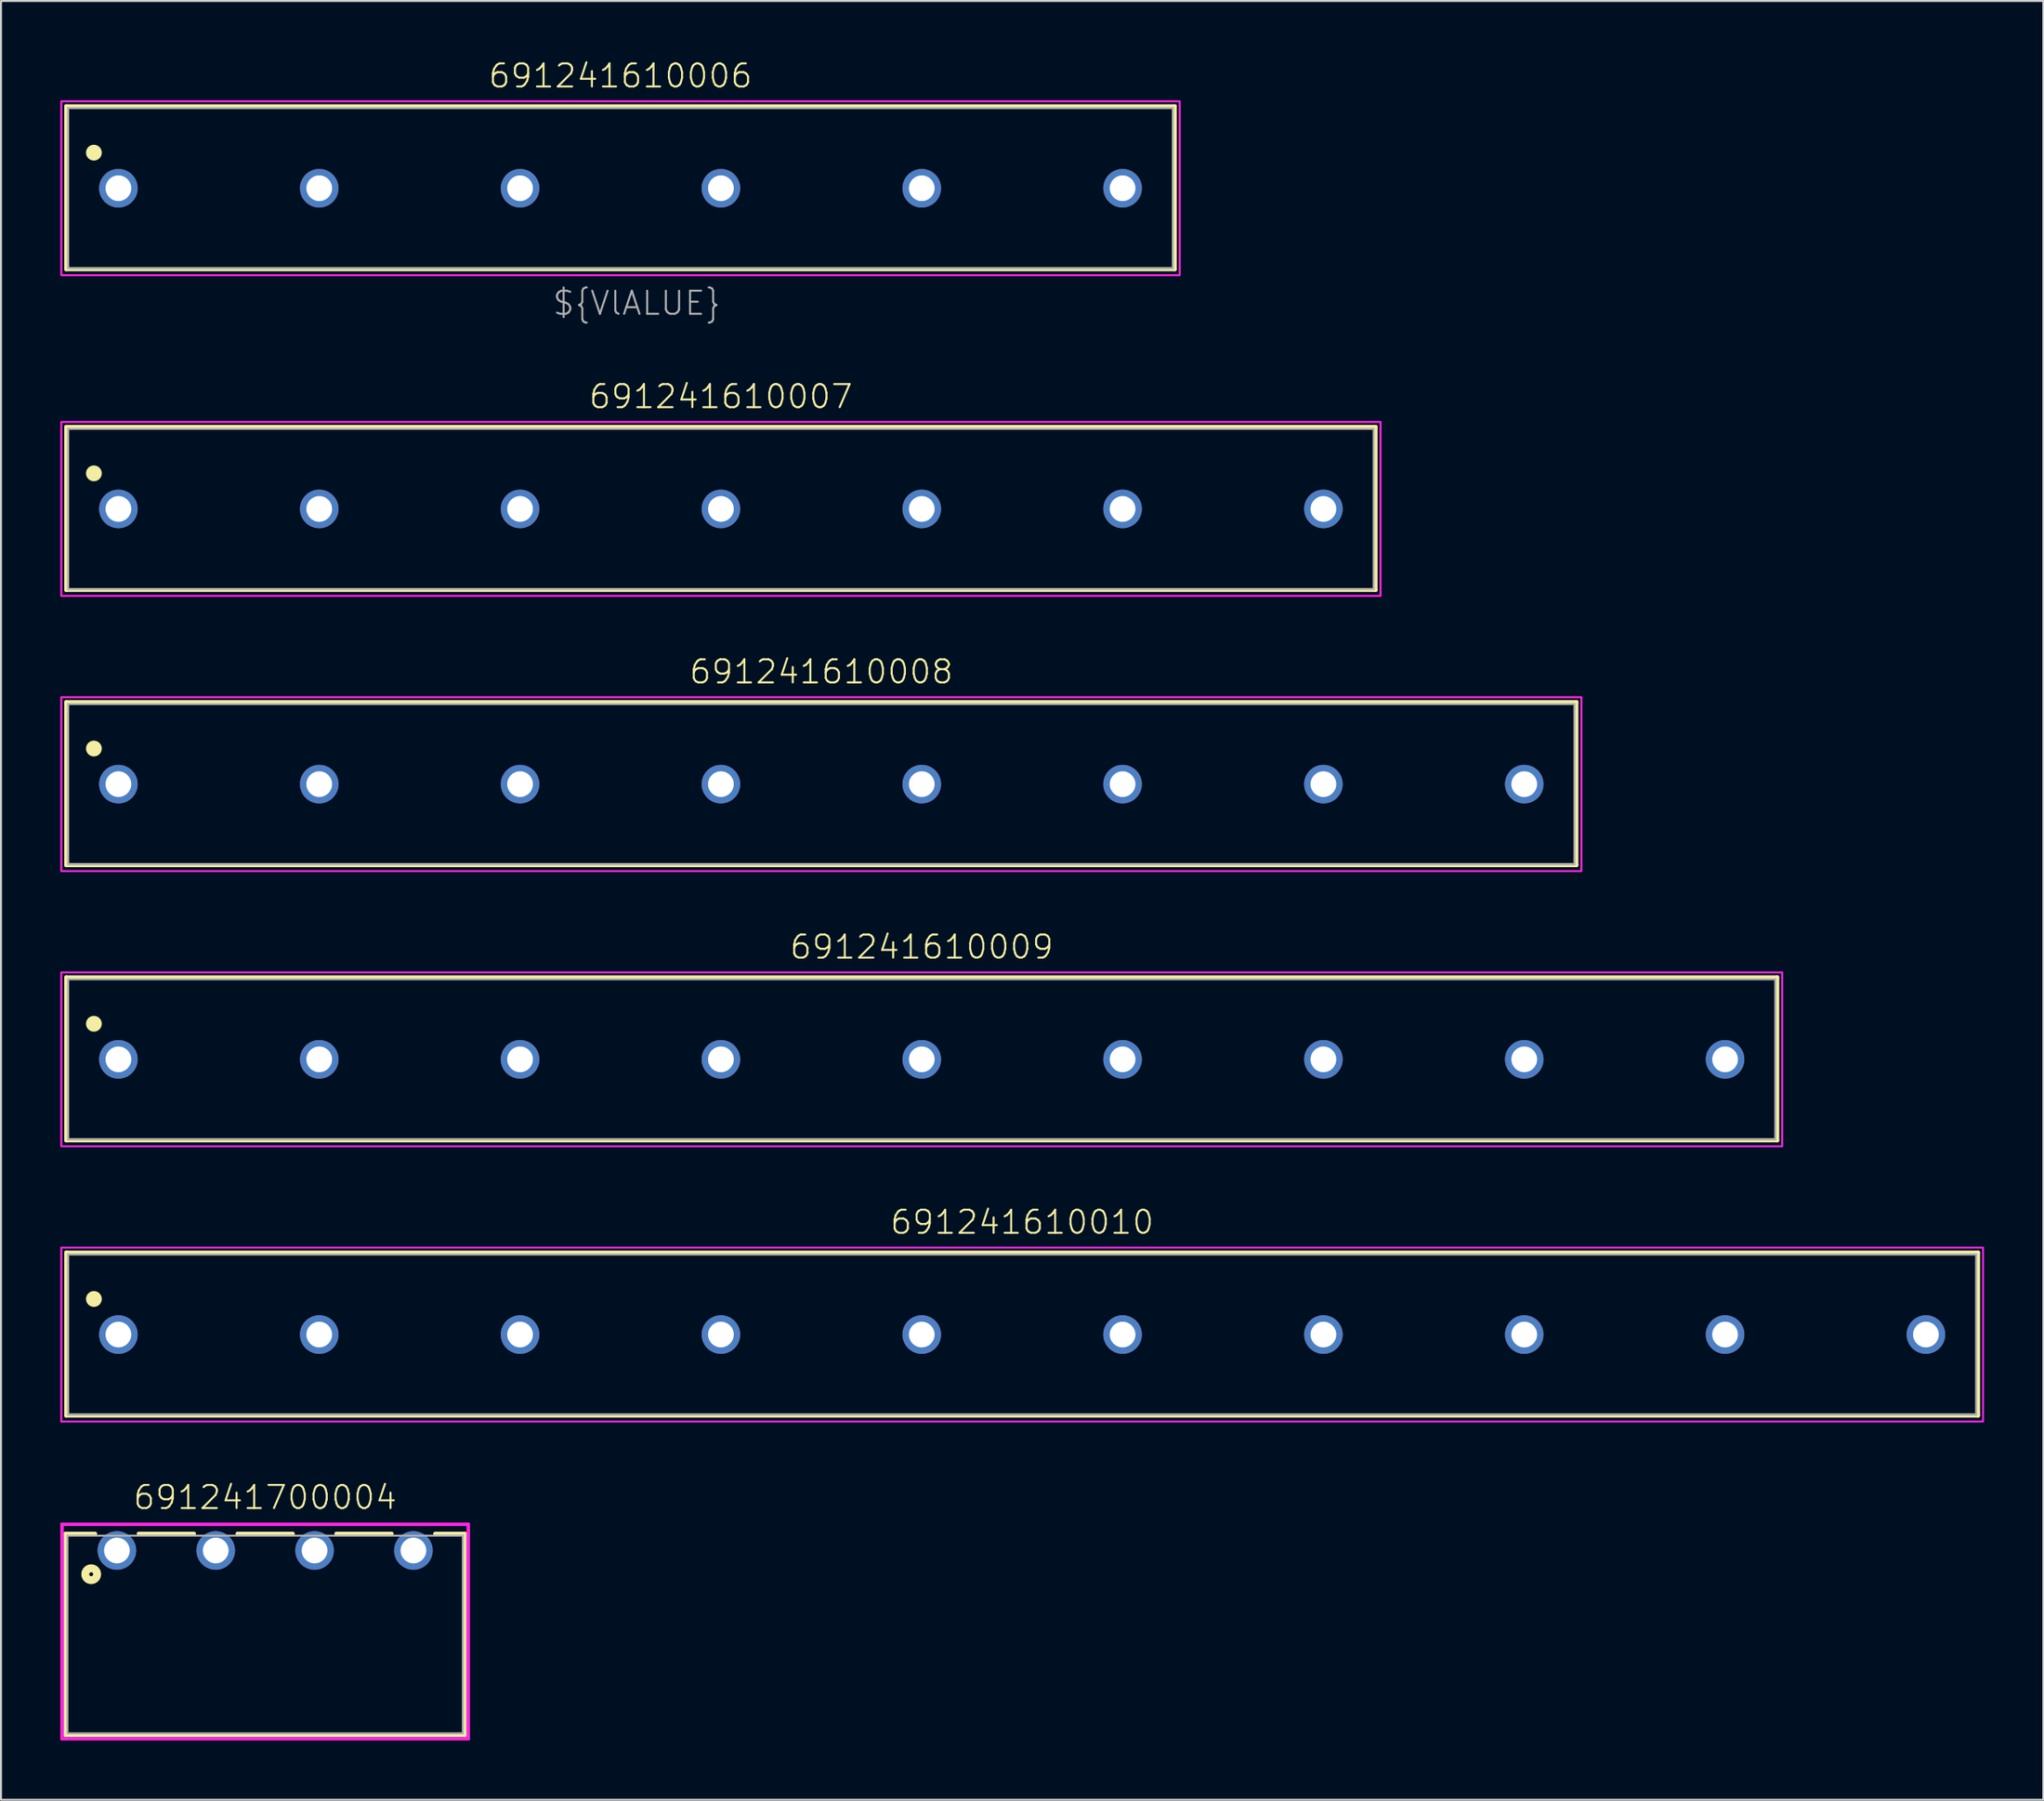
<source format=kicad_pcb>
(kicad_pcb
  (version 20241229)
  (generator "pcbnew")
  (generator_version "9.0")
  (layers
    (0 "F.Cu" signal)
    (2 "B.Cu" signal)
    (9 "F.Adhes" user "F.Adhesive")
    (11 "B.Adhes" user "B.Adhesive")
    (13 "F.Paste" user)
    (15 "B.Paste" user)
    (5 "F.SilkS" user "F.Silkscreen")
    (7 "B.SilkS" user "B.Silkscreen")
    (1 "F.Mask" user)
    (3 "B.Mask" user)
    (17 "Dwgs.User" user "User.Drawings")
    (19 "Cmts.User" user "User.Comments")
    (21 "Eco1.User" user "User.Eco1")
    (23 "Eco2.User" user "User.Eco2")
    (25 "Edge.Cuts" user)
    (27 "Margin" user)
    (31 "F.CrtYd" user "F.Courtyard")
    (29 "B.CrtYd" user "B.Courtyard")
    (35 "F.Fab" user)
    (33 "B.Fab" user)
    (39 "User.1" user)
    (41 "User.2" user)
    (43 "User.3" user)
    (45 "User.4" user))
  (footprint "691241610007"
    (layer "F.Cu")
    (at 33.42 22.697)
    (property "Reference" "691241610007" (at 0 -5 0) (unlocked yes) (layer "F.SilkS") (effects (font (size 1.168 1.168) (thickness 0.102)) (justify bottom)))
    (fp_line (start -33.12 -4.15) (end 33.12 -4.15) (stroke (width 0.2) (type solid)) (layer "F.SilkS"))
    (fp_line (start -33.12 4.1) (end -33.12 -4.15) (stroke (width 0.2) (type solid)) (layer "F.SilkS"))
    (fp_line (start 33.12 -4.15) (end 33.12 4.1) (stroke (width 0.2) (type solid)) (layer "F.SilkS"))
    (fp_line (start 33.12 4.1) (end -33.12 4.1) (stroke (width 0.2) (type solid)) (layer "F.SilkS"))
    (fp_circle (center -31.72 -1.8) (end -31.52 -1.8) (stroke (width 0.4) (type solid)) (fill no) (layer "F.SilkS"))
    (fp_poly (pts (xy 33.37 4.4) (xy -33.37 4.4) (xy -33.37 -4.4) (xy 33.37 -4.4)) (stroke (width 0.1) (type default)) (fill no) (layer "F.CrtYd"))
    (fp_line (start -33.02 -4.05) (end 33.02 -4.05) (stroke (width 0.1) (type solid)) (layer "F.Fab"))
    (fp_line (start -33.02 4.05) (end -33.02 -4.05) (stroke (width 0.1) (type solid)) (layer "F.Fab"))
    (fp_line (start 33.02 -4.05) (end 33.02 4.05) (stroke (width 0.1) (type solid)) (layer "F.Fab"))
    (fp_line (start 33.02 4.05) (end -33.02 4.05) (stroke (width 0.1) (type solid)) (layer "F.Fab"))
    (pad "1" thru_hole circle (at -30.48 0) (size 1.95 1.95) (drill 1.3) (layers "*.Cu" "*.Mask"))
    (pad "2" thru_hole circle (at -20.32 0) (size 1.95 1.95) (drill 1.3) (layers "*.Cu" "*.Mask"))
    (pad "3" thru_hole circle (at -10.16 0) (size 1.95 1.95) (drill 1.3) (layers "*.Cu" "*.Mask"))
    (pad "4" thru_hole circle (at 0 0) (size 1.95 1.95) (drill 1.3) (layers "*.Cu" "*.Mask"))
    (pad "5" thru_hole circle (at 10.16 0) (size 1.95 1.95) (drill 1.3) (layers "*.Cu" "*.Mask"))
    (pad "6" thru_hole circle (at 20.32 0) (size 1.95 1.95) (drill 1.3) (layers "*.Cu" "*.Mask"))
    (pad "7" thru_hole circle (at 30.48 0) (size 1.95 1.95) (drill 1.3) (layers "*.Cu" "*.Mask")))
  (footprint "691241610006"
    (layer "F.Cu")
    (at 28.34 6.473)
    (property "Reference" "691241610006" (at 0 -5 0) (unlocked yes) (layer "F.SilkS") (effects (font (size 1.168 1.168) (thickness 0.102)) (justify bottom)))
    (fp_line (start -28.04 -4.15) (end 28.04 -4.15) (stroke (width 0.2) (type solid)) (layer "F.SilkS"))
    (fp_line (start -28.04 4.1) (end -28.04 -4.15) (stroke (width 0.2) (type solid)) (layer "F.SilkS"))
    (fp_line (start 28.04 -4.15) (end 28.04 4.1) (stroke (width 0.2) (type solid)) (layer "F.SilkS"))
    (fp_line (start 28.04 4.1) (end -28.04 4.1) (stroke (width 0.2) (type solid)) (layer "F.SilkS"))
    (fp_circle (center -26.64 -1.8) (end -26.44 -1.8) (stroke (width 0.4) (type solid)) (fill no) (layer "F.SilkS"))
    (fp_poly (pts (xy 28.29 4.4) (xy -28.29 4.4) (xy -28.29 -4.4) (xy 28.29 -4.4)) (stroke (width 0.1) (type default)) (fill no) (layer "F.CrtYd"))
    (fp_line (start -27.94 -4.05) (end 27.94 -4.05) (stroke (width 0.1) (type solid)) (layer "F.Fab"))
    (fp_line (start -27.94 4.05) (end -27.94 -4.05) (stroke (width 0.1) (type solid)) (layer "F.Fab"))
    (fp_line (start 27.94 -4.05) (end 27.94 4.05) (stroke (width 0.1) (type solid)) (layer "F.Fab"))
    (fp_line (start 27.94 4.05) (end -27.94 4.05) (stroke (width 0.1) (type solid)) (layer "F.Fab"))
    (fp_text user "${VlALUE}" (at -3.5 6.5 0) (unlocked yes) (layer "F.Fab") (effects (font (size 1.168 1.168) (thickness 0.102)) (justify left bottom)))
    (pad "1" thru_hole circle (at -25.4 0) (size 1.95 1.95) (drill 1.3) (layers "*.Cu" "*.Mask"))
    (pad "2" thru_hole circle (at -15.24 0) (size 1.95 1.95) (drill 1.3) (layers "*.Cu" "*.Mask"))
    (pad "3" thru_hole circle (at -5.08 0) (size 1.95 1.95) (drill 1.3) (layers "*.Cu" "*.Mask"))
    (pad "4" thru_hole circle (at 5.08 0) (size 1.95 1.95) (drill 1.3) (layers "*.Cu" "*.Mask"))
    (pad "5" thru_hole circle (at 15.24 0) (size 1.95 1.95) (drill 1.3) (layers "*.Cu" "*.Mask"))
    (pad "6" thru_hole circle (at 25.4 0) (size 1.95 1.95) (drill 1.3) (layers "*.Cu" "*.Mask")))
  (footprint "691241610010"
    (layer "F.Cu")
    (at 48.66 64.466)
    (property "Reference" "691241610010" (at 0 -5 0) (unlocked yes) (layer "F.SilkS") (effects (font (size 1.168 1.168) (thickness 0.102)) (justify bottom)))
    (fp_line (start -48.36 -4.15) (end 48.36 -4.15) (stroke (width 0.2) (type solid)) (layer "F.SilkS"))
    (fp_line (start -48.36 4.1) (end -48.36 -4.15) (stroke (width 0.2) (type solid)) (layer "F.SilkS"))
    (fp_line (start 48.36 -4.15) (end 48.36 4.1) (stroke (width 0.2) (type solid)) (layer "F.SilkS"))
    (fp_line (start 48.36 4.1) (end -48.36 4.1) (stroke (width 0.2) (type solid)) (layer "F.SilkS"))
    (fp_circle (center -46.96 -1.8) (end -46.76 -1.8) (stroke (width 0.4) (type solid)) (fill no) (layer "F.SilkS"))
    (fp_poly (pts (xy 48.61 4.4) (xy -48.61 4.4) (xy -48.61 -4.4) (xy 48.61 -4.4)) (stroke (width 0.1) (type default)) (fill no) (layer "F.CrtYd"))
    (fp_line (start -48.26 -4.05) (end 48.26 -4.05) (stroke (width 0.1) (type solid)) (layer "F.Fab"))
    (fp_line (start -48.26 4.05) (end -48.26 -4.05) (stroke (width 0.1) (type solid)) (layer "F.Fab"))
    (fp_line (start 48.26 -4.05) (end 48.26 4.05) (stroke (width 0.1) (type solid)) (layer "F.Fab"))
    (fp_line (start 48.26 4.05) (end -48.26 4.05) (stroke (width 0.1) (type solid)) (layer "F.Fab"))
    (pad "1" thru_hole circle (at -45.72 0) (size 1.95 1.95) (drill 1.3) (layers "*.Cu" "*.Mask"))
    (pad "2" thru_hole circle (at -35.56 0) (size 1.95 1.95) (drill 1.3) (layers "*.Cu" "*.Mask"))
    (pad "3" thru_hole circle (at -25.4 0) (size 1.95 1.95) (drill 1.3) (layers "*.Cu" "*.Mask"))
    (pad "4" thru_hole circle (at -15.24 0) (size 1.95 1.95) (drill 1.3) (layers "*.Cu" "*.Mask"))
    (pad "5" thru_hole circle (at -5.08 0) (size 1.95 1.95) (drill 1.3) (layers "*.Cu" "*.Mask"))
    (pad "6" thru_hole circle (at 5.08 0) (size 1.95 1.95) (drill 1.3) (layers "*.Cu" "*.Mask"))
    (pad "7" thru_hole circle (at 15.24 0) (size 1.95 1.95) (drill 1.3) (layers "*.Cu" "*.Mask"))
    (pad "8" thru_hole circle (at 25.4 0) (size 1.95 1.95) (drill 1.3) (layers "*.Cu" "*.Mask"))
    (pad "9" thru_hole circle (at 35.56 0) (size 1.95 1.95) (drill 1.3) (layers "*.Cu" "*.Mask"))
    (pad "10" thru_hole circle (at 45.72 0) (size 1.95 1.95) (drill 1.3) (layers "*.Cu" "*.Mask")))
  (footprint "691241610009"
    (layer "F.Cu")
    (at 43.58 50.543)
    (property "Reference" "691241610009" (at 0 -5 0) (unlocked yes) (layer "F.SilkS") (effects (font (size 1.168 1.168) (thickness 0.102)) (justify bottom)))
    (fp_line (start -43.28 -4.15) (end 43.28 -4.15) (stroke (width 0.2) (type solid)) (layer "F.SilkS"))
    (fp_line (start -43.28 4.1) (end -43.28 -4.15) (stroke (width 0.2) (type solid)) (layer "F.SilkS"))
    (fp_line (start 43.28 -4.15) (end 43.28 4.1) (stroke (width 0.2) (type solid)) (layer "F.SilkS"))
    (fp_line (start 43.28 4.1) (end -43.28 4.1) (stroke (width 0.2) (type solid)) (layer "F.SilkS"))
    (fp_circle (center -41.88 -1.8) (end -41.68 -1.8) (stroke (width 0.4) (type solid)) (fill no) (layer "F.SilkS"))
    (fp_poly (pts (xy 43.53 4.4) (xy -43.53 4.4) (xy -43.53 -4.4) (xy 43.53 -4.4)) (stroke (width 0.1) (type default)) (fill no) (layer "F.CrtYd"))
    (fp_line (start -43.18 -4.05) (end 43.18 -4.05) (stroke (width 0.1) (type solid)) (layer "F.Fab"))
    (fp_line (start -43.18 4.05) (end -43.18 -4.05) (stroke (width 0.1) (type solid)) (layer "F.Fab"))
    (fp_line (start 43.18 -4.05) (end 43.18 4.05) (stroke (width 0.1) (type solid)) (layer "F.Fab"))
    (fp_line (start 43.18 4.05) (end -43.18 4.05) (stroke (width 0.1) (type solid)) (layer "F.Fab"))
    (pad "1" thru_hole circle (at -40.64 0) (size 1.95 1.95) (drill 1.3) (layers "*.Cu" "*.Mask"))
    (pad "2" thru_hole circle (at -30.48 0) (size 1.95 1.95) (drill 1.3) (layers "*.Cu" "*.Mask"))
    (pad "3" thru_hole circle (at -20.32 0) (size 1.95 1.95) (drill 1.3) (layers "*.Cu" "*.Mask"))
    (pad "4" thru_hole circle (at -10.16 0) (size 1.95 1.95) (drill 1.3) (layers "*.Cu" "*.Mask"))
    (pad "5" thru_hole circle (at 0 0) (size 1.95 1.95) (drill 1.3) (layers "*.Cu" "*.Mask"))
    (pad "6" thru_hole circle (at 10.16 0) (size 1.95 1.95) (drill 1.3) (layers "*.Cu" "*.Mask"))
    (pad "7" thru_hole circle (at 20.32 0) (size 1.95 1.95) (drill 1.3) (layers "*.Cu" "*.Mask"))
    (pad "8" thru_hole circle (at 30.48 0) (size 1.95 1.95) (drill 1.3) (layers "*.Cu" "*.Mask"))
    (pad "9" thru_hole circle (at 40.64 0) (size 1.95 1.95) (drill 1.3) (layers "*.Cu" "*.Mask")))
  (footprint "691241700004"
    (layer "F.Cu")
    (at 10.364 75.39)
    (property "Reference" "691241700004" (at 0 -2 0) (unlocked yes) (layer "F.SilkS") (effects (font (size 1.168 1.168) (thickness 0.102)) (justify bottom)))
    (fp_line (start -10.1 -0.85) (end -8.6 -0.85) (stroke (width 0.2) (type solid)) (layer "F.SilkS"))
    (fp_line (start -10.1 9.35) (end -10.1 -0.85) (stroke (width 0.2) (type solid)) (layer "F.SilkS"))
    (fp_line (start -6.4 -0.85) (end -3.6 -0.85) (stroke (width 0.2) (type solid)) (layer "F.SilkS"))
    (fp_line (start -1.4 -0.85) (end 1.4 -0.85) (stroke (width 0.2) (type solid)) (layer "F.SilkS"))
    (fp_line (start 3.6 -0.85) (end 6.4 -0.85) (stroke (width 0.2) (type solid)) (layer "F.SilkS"))
    (fp_line (start 8.6 -0.85) (end 10.1 -0.85) (stroke (width 0.2) (type solid)) (layer "F.SilkS"))
    (fp_line (start 10.1 -0.85) (end 10.1 9.35) (stroke (width 0.2) (type solid)) (layer "F.SilkS"))
    (fp_line (start 10.1 9.35) (end -10.1 9.35) (stroke (width 0.2) (type solid)) (layer "F.SilkS"))
    (fp_circle (center -8.8 1.2) (end -8.7 1.2) (stroke (width 0.4) (type solid)) (fill no) (layer "F.SilkS"))
    (fp_line (start -10.25 -1.3) (end 10.25 -1.3) (stroke (width 0.127) (type solid)) (layer "F.CrtYd"))
    (fp_line (start -10.25 9.5) (end -10.25 -1.3) (stroke (width 0.127) (type solid)) (layer "F.CrtYd"))
    (fp_line (start 10.25 -1.3) (end 10.25 9.5) (stroke (width 0.127) (type solid)) (layer "F.CrtYd"))
    (fp_line (start 10.25 9.5) (end -10.25 9.5) (stroke (width 0.127) (type solid)) (layer "F.CrtYd"))
    (fp_poly (pts (xy 10.313 9.563) (xy -10.313 9.563) (xy -10.313 -1.363) (xy 10.313 -1.363)) (stroke (width 0.1) (type default)) (fill no) (layer "F.CrtYd"))
    (fp_line (start -10 -0.75) (end 10 -0.75) (stroke (width 0.1) (type solid)) (layer "F.Fab"))
    (fp_line (start -10 9.25) (end -10 -0.75) (stroke (width 0.1) (type solid)) (layer "F.Fab"))
    (fp_line (start 10 -0.75) (end 10 9.25) (stroke (width 0.1) (type solid)) (layer "F.Fab"))
    (fp_line (start 10 9.25) (end -10 9.25) (stroke (width 0.1) (type solid)) (layer "F.Fab"))
    (pad "1" thru_hole circle (at -7.5 0) (size 1.95 1.95) (drill 1.3) (layers "*.Cu" "*.Mask"))
    (pad "2" thru_hole circle (at -2.5 0) (size 1.95 1.95) (drill 1.3) (layers "*.Cu" "*.Mask"))
    (pad "3" thru_hole circle (at 2.5 0) (size 1.95 1.95) (drill 1.3) (layers "*.Cu" "*.Mask"))
    (pad "4" thru_hole circle (at 7.5 0) (size 1.95 1.95) (drill 1.3) (layers "*.Cu" "*.Mask")))
  (footprint "691241610008"
    (layer "F.Cu")
    (at 38.5 36.62)
    (property "Reference" "691241610008" (at 0 -5 0) (unlocked yes) (layer "F.SilkS") (effects (font (size 1.168 1.168) (thickness 0.102)) (justify bottom)))
    (fp_line (start -38.2 -4.15) (end 38.2 -4.15) (stroke (width 0.2) (type solid)) (layer "F.SilkS"))
    (fp_line (start -38.2 4.1) (end -38.2 -4.15) (stroke (width 0.2) (type solid)) (layer "F.SilkS"))
    (fp_line (start 38.2 -4.15) (end 38.2 4.1) (stroke (width 0.2) (type solid)) (layer "F.SilkS"))
    (fp_line (start 38.2 4.1) (end -38.2 4.1) (stroke (width 0.2) (type solid)) (layer "F.SilkS"))
    (fp_circle (center -36.8 -1.8) (end -36.6 -1.8) (stroke (width 0.4) (type solid)) (fill no) (layer "F.SilkS"))
    (fp_poly (pts (xy 38.45 4.4) (xy -38.45 4.4) (xy -38.45 -4.4) (xy 38.45 -4.4)) (stroke (width 0.1) (type default)) (fill no) (layer "F.CrtYd"))
    (fp_line (start -38.1 -4.05) (end 38.1 -4.05) (stroke (width 0.1) (type solid)) (layer "F.Fab"))
    (fp_line (start -38.1 4.05) (end -38.1 -4.05) (stroke (width 0.1) (type solid)) (layer "F.Fab"))
    (fp_line (start 38.1 -4.05) (end 38.1 4.05) (stroke (width 0.1) (type solid)) (layer "F.Fab"))
    (fp_line (start 38.1 4.05) (end -38.1 4.05) (stroke (width 0.1) (type solid)) (layer "F.Fab"))
    (pad "1" thru_hole circle (at -35.56 0) (size 1.95 1.95) (drill 1.3) (layers "*.Cu" "*.Mask"))
    (pad "2" thru_hole circle (at -25.4 0) (size 1.95 1.95) (drill 1.3) (layers "*.Cu" "*.Mask"))
    (pad "3" thru_hole circle (at -15.24 0) (size 1.95 1.95) (drill 1.3) (layers "*.Cu" "*.Mask"))
    (pad "4" thru_hole circle (at -5.08 0) (size 1.95 1.95) (drill 1.3) (layers "*.Cu" "*.Mask"))
    (pad "5" thru_hole circle (at 5.08 0) (size 1.95 1.95) (drill 1.3) (layers "*.Cu" "*.Mask"))
    (pad "6" thru_hole circle (at 15.24 0) (size 1.95 1.95) (drill 1.3) (layers "*.Cu" "*.Mask"))
    (pad "7" thru_hole circle (at 25.4 0) (size 1.95 1.95) (drill 1.3) (layers "*.Cu" "*.Mask"))
    (pad "8" thru_hole circle (at 35.56 0) (size 1.95 1.95) (drill 1.3) (layers "*.Cu" "*.Mask")))
  (gr_rect
    (start -3 -3)
    (end 100.32 88.003)
    (stroke (width 0.1) (type default))
    (fill no)
    (layer "Edge.Cuts")))
</source>
